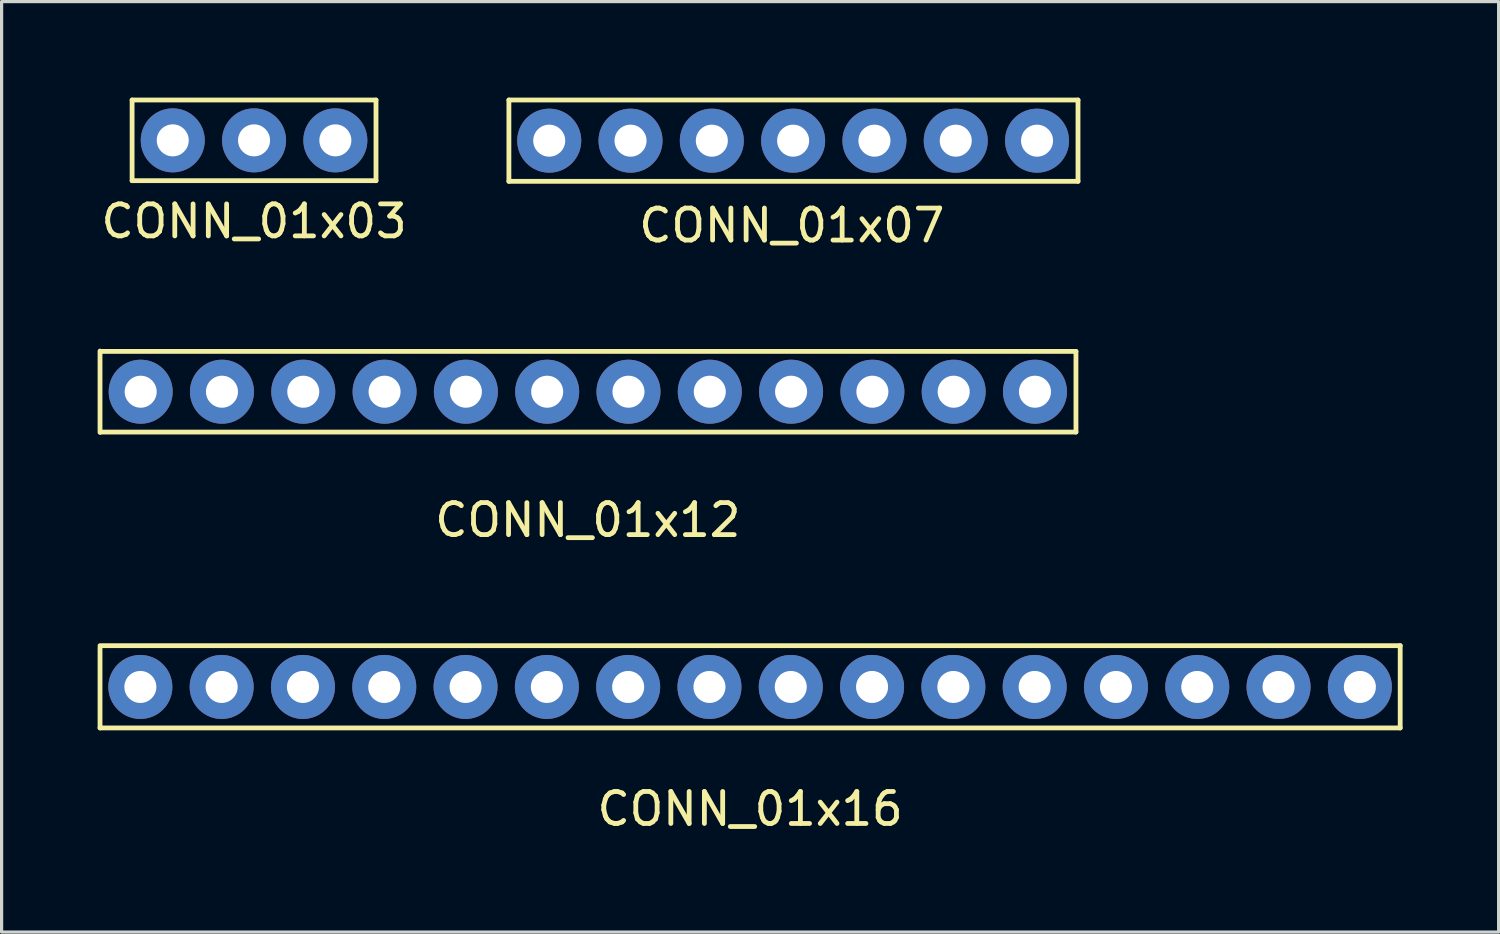
<source format=kicad_pcb>
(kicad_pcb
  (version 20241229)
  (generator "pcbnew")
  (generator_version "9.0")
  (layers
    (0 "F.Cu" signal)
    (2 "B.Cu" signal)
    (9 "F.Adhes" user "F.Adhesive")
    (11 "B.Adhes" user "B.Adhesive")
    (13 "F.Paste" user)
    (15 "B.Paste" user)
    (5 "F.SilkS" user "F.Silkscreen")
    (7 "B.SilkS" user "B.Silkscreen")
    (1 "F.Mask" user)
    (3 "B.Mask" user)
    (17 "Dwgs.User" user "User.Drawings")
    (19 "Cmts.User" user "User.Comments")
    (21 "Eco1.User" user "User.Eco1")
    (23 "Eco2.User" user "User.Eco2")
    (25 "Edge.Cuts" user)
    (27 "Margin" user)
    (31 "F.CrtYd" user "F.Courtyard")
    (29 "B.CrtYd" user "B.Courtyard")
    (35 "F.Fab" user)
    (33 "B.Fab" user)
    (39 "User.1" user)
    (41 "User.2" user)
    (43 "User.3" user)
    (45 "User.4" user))
  (footprint "CONN_01x16"
    (layer "F.Cu")
    (at 20.385 18.412)
    (property "Reference" "CONN_01x16" (at 0 3.81 0) (layer "F.SilkS") (effects (font (size 1 1) (thickness 0.15))))
    (attr through_hole)
    (fp_line (start -20.31 -1.29) (end 20.31 -1.29) (stroke (width 0.15) (type solid)) (layer "F.SilkS"))
    (fp_line (start -20.31 1.28) (end -20.31 -1.23) (stroke (width 0.15) (type solid)) (layer "F.SilkS"))
    (fp_line (start 20.31 -1.29) (end 20.31 1.28) (stroke (width 0.15) (type solid)) (layer "F.SilkS"))
    (fp_line (start 20.31 1.28) (end -20.31 1.28) (stroke (width 0.15) (type solid)) (layer "F.SilkS"))
    (pad "1" thru_hole circle (at -19.05 0) (size 2 2) (drill 1) (layers "*.Cu" "*.Mask"))
    (pad "2" thru_hole circle (at -16.51 0) (size 2 2) (drill 1) (layers "*.Cu" "*.Mask"))
    (pad "3" thru_hole circle (at -13.97 0) (size 2 2) (drill 1) (layers "*.Cu" "*.Mask"))
    (pad "4" thru_hole circle (at -11.43 0) (size 2 2) (drill 1) (layers "*.Cu" "*.Mask"))
    (pad "5" thru_hole circle (at -8.89 0) (size 2 2) (drill 1) (layers "*.Cu" "*.Mask"))
    (pad "6" thru_hole circle (at -6.35 0) (size 2 2) (drill 1) (layers "*.Cu" "*.Mask"))
    (pad "7" thru_hole circle (at -3.81 0) (size 2 2) (drill 1) (layers "*.Cu" "*.Mask"))
    (pad "8" thru_hole circle (at -1.27 0) (size 2 2) (drill 1) (layers "*.Cu" "*.Mask"))
    (pad "9" thru_hole circle (at 1.27 0) (size 2 2) (drill 1) (layers "*.Cu" "*.Mask"))
    (pad "10" thru_hole circle (at 3.81 0) (size 2 2) (drill 1) (layers "*.Cu" "*.Mask"))
    (pad "11" thru_hole circle (at 6.35 0) (size 2 2) (drill 1) (layers "*.Cu" "*.Mask"))
    (pad "12" thru_hole circle (at 8.89 0) (size 2 2) (drill 1) (layers "*.Cu" "*.Mask"))
    (pad "13" thru_hole circle (at 11.43 0) (size 2 2) (drill 1) (layers "*.Cu" "*.Mask"))
    (pad "14" thru_hole circle (at 13.97 0) (size 2 2) (drill 1) (layers "*.Cu" "*.Mask"))
    (pad "15" thru_hole circle (at 16.51 0) (size 2 2) (drill 1) (layers "*.Cu" "*.Mask"))
    (pad "16" thru_hole circle (at 19.05 0) (size 2 2) (drill 1) (layers "*.Cu" "*.Mask")))
  (footprint "CONN_01x07"
    (layer "F.Cu")
    (at 21.729 1.345)
    (property "Reference" "CONN_01x07" (at -0.04 2.65 0) (layer "F.SilkS") (effects (font (size 1 1) (thickness 0.15))))
    (attr through_hole)
    (fp_line (start -8.88 -1.27) (end 8.9 -1.27) (stroke (width 0.15) (type solid)) (layer "F.SilkS"))
    (fp_line (start -8.88 1.27) (end -8.88 -1.27) (stroke (width 0.15) (type solid)) (layer "F.SilkS"))
    (fp_line (start 8.9 -1.27) (end 8.9 1.27) (stroke (width 0.15) (type solid)) (layer "F.SilkS"))
    (fp_line (start 8.9 1.27) (end -8.88 1.27) (stroke (width 0.15) (type solid)) (layer "F.SilkS"))
    (pad "1" thru_hole circle (at -7.62 0) (size 2 2) (drill 1) (layers "*.Cu" "*.Mask"))
    (pad "2" thru_hole circle (at -5.08 0) (size 2 2) (drill 1) (layers "*.Cu" "*.Mask"))
    (pad "3" thru_hole circle (at -2.54 0) (size 2 2) (drill 1) (layers "*.Cu" "*.Mask"))
    (pad "4" thru_hole circle (at 0 0) (size 2 2) (drill 1) (layers "*.Cu" "*.Mask"))
    (pad "5" thru_hole circle (at 2.54 0) (size 2 2) (drill 1) (layers "*.Cu" "*.Mask"))
    (pad "6" thru_hole circle (at 5.08 0) (size 2 2) (drill 1) (layers "*.Cu" "*.Mask"))
    (pad "7" thru_hole circle (at 7.62 0) (size 2 2) (drill 1) (layers "*.Cu" "*.Mask")))
  (footprint "CONN_01x03"
    (layer "F.Cu")
    (at 4.887 1.335)
    (property "Reference" "CONN_01x03" (at 0 2.53 0) (layer "F.SilkS") (effects (font (size 1 1) (thickness 0.15))))
    (attr through_hole)
    (fp_line (start -3.81 -1.26) (end 3.81 -1.26) (stroke (width 0.15) (type solid)) (layer "F.SilkS"))
    (fp_line (start -3.81 1.26) (end -3.81 -1.26) (stroke (width 0.15) (type solid)) (layer "F.SilkS"))
    (fp_line (start 3.81 -1.26) (end 3.81 1.26) (stroke (width 0.15) (type solid)) (layer "F.SilkS"))
    (fp_line (start 3.81 1.26) (end -3.81 1.26) (stroke (width 0.15) (type solid)) (layer "F.SilkS"))
    (pad "1" thru_hole circle (at -2.54 0) (size 2 2) (drill 1) (layers "*.Cu" "*.Mask"))
    (pad "2" thru_hole circle (at 0 0) (size 2 2) (drill 1) (layers "*.Cu" "*.Mask"))
    (pad "3" thru_hole circle (at 2.54 0) (size 2 2) (drill 1) (layers "*.Cu" "*.Mask")))
  (footprint "CONN_01x12"
    (layer "F.Cu")
    (at 15.315 9.188)
    (property "Reference" "CONN_01x12" (at 0 4.01 0) (layer "F.SilkS") (effects (font (size 1 1) (thickness 0.15))))
    (attr through_hole)
    (fp_line (start -15.24 1.27) (end -15.24 -1.27) (stroke (width 0.15) (type solid)) (layer "F.SilkS"))
    (fp_line (start -15.23 -1.26) (end 15.25 -1.26) (stroke (width 0.15) (type solid)) (layer "F.SilkS"))
    (fp_line (start 15.25 -1.26) (end 15.25 1.26) (stroke (width 0.15) (type solid)) (layer "F.SilkS"))
    (fp_line (start 15.25 1.26) (end -15.23 1.26) (stroke (width 0.15) (type solid)) (layer "F.SilkS"))
    (pad "1" thru_hole circle (at -13.97 0) (size 2 2) (drill 1) (layers "*.Cu" "*.Mask"))
    (pad "2" thru_hole circle (at -11.43 0) (size 2 2) (drill 1) (layers "*.Cu" "*.Mask"))
    (pad "3" thru_hole circle (at -8.89 0) (size 2 2) (drill 1) (layers "*.Cu" "*.Mask"))
    (pad "4" thru_hole circle (at -6.35 0) (size 2 2) (drill 1) (layers "*.Cu" "*.Mask"))
    (pad "5" thru_hole circle (at -3.81 0) (size 2 2) (drill 1) (layers "*.Cu" "*.Mask"))
    (pad "6" thru_hole circle (at -1.27 0) (size 2 2) (drill 1) (layers "*.Cu" "*.Mask"))
    (pad "7" thru_hole circle (at 1.27 0) (size 2 2) (drill 1) (layers "*.Cu" "*.Mask"))
    (pad "8" thru_hole circle (at 3.81 0) (size 2 2) (drill 1) (layers "*.Cu" "*.Mask"))
    (pad "9" thru_hole circle (at 6.35 0) (size 2 2) (drill 1) (layers "*.Cu" "*.Mask"))
    (pad "10" thru_hole circle (at 8.89 0) (size 2 2) (drill 1) (layers "*.Cu" "*.Mask"))
    (pad "11" thru_hole circle (at 11.43 0) (size 2 2) (drill 1) (layers "*.Cu" "*.Mask"))
    (pad "12" thru_hole circle (at 13.97 0) (size 2 2) (drill 1) (layers "*.Cu" "*.Mask")))
  (gr_rect
    (start -3 -3)
    (end 43.77 26.07)
    (stroke (width 0.1) (type default))
    (fill no)
    (layer "Edge.Cuts")))
</source>
